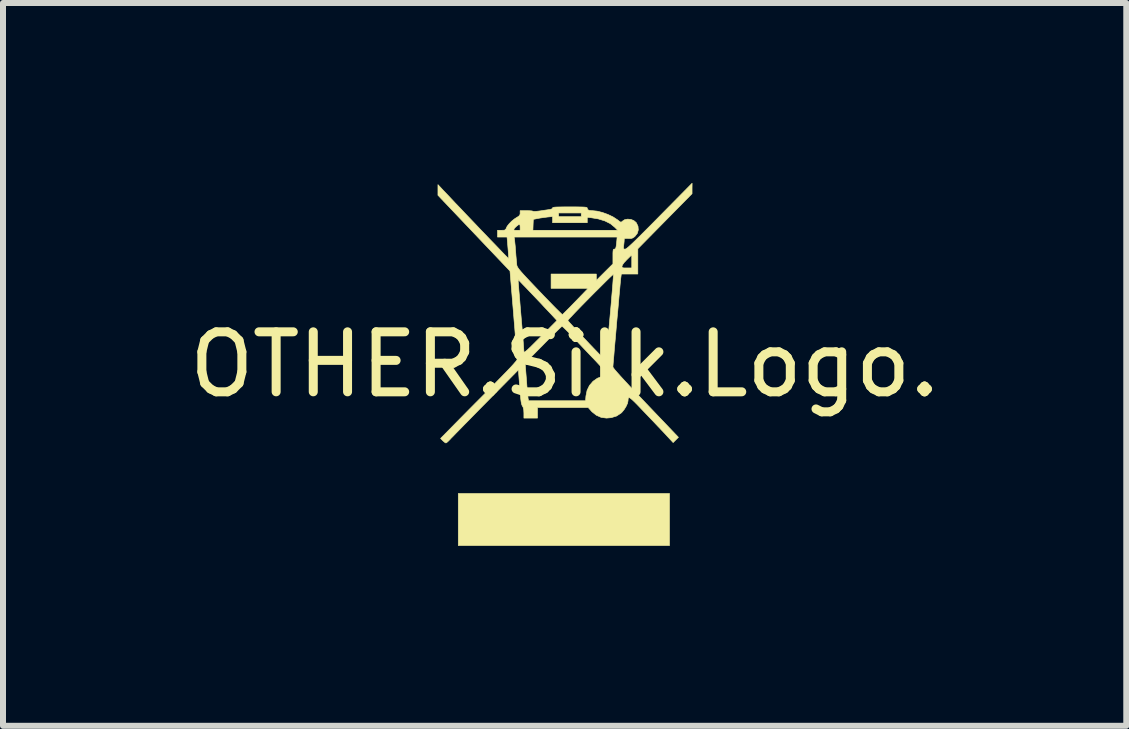
<source format=kicad_pcb>
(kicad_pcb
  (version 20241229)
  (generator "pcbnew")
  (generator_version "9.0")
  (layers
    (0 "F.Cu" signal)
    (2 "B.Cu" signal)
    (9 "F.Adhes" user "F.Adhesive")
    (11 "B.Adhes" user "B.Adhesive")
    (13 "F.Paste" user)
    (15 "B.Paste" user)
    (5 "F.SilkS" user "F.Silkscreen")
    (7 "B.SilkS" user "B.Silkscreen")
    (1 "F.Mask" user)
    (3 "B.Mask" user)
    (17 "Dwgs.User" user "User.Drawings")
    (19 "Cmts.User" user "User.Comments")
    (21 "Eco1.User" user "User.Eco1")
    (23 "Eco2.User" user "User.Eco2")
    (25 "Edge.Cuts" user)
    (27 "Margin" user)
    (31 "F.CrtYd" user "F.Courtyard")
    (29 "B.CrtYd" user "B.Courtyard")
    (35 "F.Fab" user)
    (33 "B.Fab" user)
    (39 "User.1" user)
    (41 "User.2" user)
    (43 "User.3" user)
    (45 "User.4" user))
  (footprint "OTHER.Silk.Logo."
    (layer "F.Cu")
    (at 6.363 3.027)
    (property "Reference" "OTHER.Silk.Logo." (at 0 0 0) (layer "F.SilkS") (effects (font (size 1 1) (thickness 0.15))))
    (attr exclude_from_pos_files exclude_from_bom)
    (fp_poly (pts (xy 1.748 3.018) (xy -1.773 3.018) (xy -1.773 2.15) (xy 1.748 2.15) (xy 1.748 3.018)) (stroke (width 0.01) (type solid)) (fill yes) (layer "F.SilkS"))
    (fp_poly (pts (xy 2.124 -2.935) (xy 2.124 -2.848) (xy 1.672 -2.389) (xy 1.22 -1.93) (xy 1.22 -1.72) (xy 1.22 -1.509) (xy 0.945 -1.509) (xy 0.938 -1.455) (xy 0.935 -1.431) (xy 0.93 -1.385) (xy 0.924 -1.321) (xy 0.917 -1.24) (xy 0.908 -1.146) (xy 0.899 -1.041) (xy 0.889 -0.929) (xy 0.878 -0.811) (xy 0.867 -0.692) (xy 0.857 -0.572) (xy 0.847 -0.456) (xy 0.837 -0.345) (xy 0.828 -0.243) (xy 0.821 -0.153) (xy 0.814 -0.076) (xy 0.809 -0.017) (xy 0.806 0.024) (xy 0.805 0.042) (xy 0.805 0.042) (xy 0.813 0.056) (xy 0.836 0.086) (xy 0.875 0.131) (xy 0.93 0.193) (xy 1.001 0.27) (xy 1.089 0.365) (xy 1.194 0.476) (xy 1.317 0.605) (xy 1.351 0.641) (xy 1.897 1.213) (xy 1.809 1.301) (xy 1.737 1.224) (xy 1.711 1.196) (xy 1.671 1.152) (xy 1.618 1.096) (xy 1.556 1.031) (xy 1.487 0.958) (xy 1.414 0.882) (xy 1.371 0.837) (xy 1.289 0.751) (xy 1.224 0.683) (xy 1.172 0.63) (xy 1.132 0.592) (xy 1.103 0.567) (xy 1.083 0.554) (xy 1.07 0.552) (xy 1.062 0.56) (xy 1.059 0.575) (xy 1.057 0.598) (xy 1.057 0.604) (xy 1.048 0.647) (xy 1.024 0.699) (xy 0.992 0.751) (xy 0.955 0.796) (xy 0.94 0.81) (xy 0.865 0.859) (xy 0.776 0.886) (xy 0.698 0.893) (xy 0.609 0.881) (xy 0.528 0.845) (xy 0.455 0.787) (xy 0.442 0.772) (xy 0.393 0.717) (xy -0.453 0.717) (xy -0.453 0.893) (xy -0.679 0.893) (xy -0.679 0.811) (xy -0.682 0.754) (xy -0.691 0.715) (xy -0.703 0.694) (xy -0.711 0.679) (xy -0.718 0.657) (xy -0.725 0.625) (xy -0.731 0.58) (xy -0.737 0.518) (xy -0.744 0.436) (xy -0.749 0.375) (xy -0.771 0.089) (xy -1.314 0.639) (xy -1.412 0.738) (xy -1.506 0.834) (xy -1.594 0.924) (xy -1.675 1.006) (xy -1.747 1.08) (xy -1.809 1.143) (xy -1.857 1.193) (xy -1.892 1.228) (xy -1.91 1.248) (xy -1.941 1.279) (xy -1.966 1.301) (xy -1.98 1.308) (xy -1.997 1.299) (xy -2.022 1.278) (xy -2.031 1.27) (xy -2.068 1.232) (xy -1.867 1.028) (xy -1.816 0.976) (xy -1.75 0.909) (xy -1.672 0.83) (xy -1.585 0.742) (xy -1.492 0.648) (xy -1.395 0.551) (xy -1.298 0.453) (xy -1.229 0.383) (xy -1.124 0.277) (xy -1.035 0.186) (xy -0.962 0.111) (xy -0.904 0.05) (xy -0.859 0.001) (xy -0.837 -0.024) (xy -0.659 -0.024) (xy -0.636 0.262) (xy -0.63 0.345) (xy -0.623 0.422) (xy -0.617 0.487) (xy -0.612 0.537) (xy -0.609 0.568) (xy -0.607 0.575) (xy -0.601 0.604) (xy 0.349 0.604) (xy 0.355 0.525) (xy 0.374 0.431) (xy 0.414 0.349) (xy 0.473 0.28) (xy 0.547 0.228) (xy 0.63 0.197) (xy 0.657 0.182) (xy 0.671 0.151) (xy 0.671 0.149) (xy 0.673 0.136) (xy 0.671 0.123) (xy 0.663 0.106) (xy 0.648 0.084) (xy 0.623 0.055) (xy 0.587 0.015) (xy 0.538 -0.038) (xy 0.473 -0.107) (xy 0.468 -0.111) (xy 0.399 -0.184) (xy 0.324 -0.263) (xy 0.251 -0.34) (xy 0.183 -0.412) (xy 0.126 -0.472) (xy 0.113 -0.485) (xy 0.065 -0.536) (xy 0.021 -0.58) (xy -0.013 -0.613) (xy -0.036 -0.633) (xy -0.044 -0.637) (xy -0.056 -0.628) (xy -0.083 -0.603) (xy -0.123 -0.564) (xy -0.175 -0.513) (xy -0.235 -0.453) (xy -0.303 -0.385) (xy -0.358 -0.329) (xy -0.659 -0.024) (xy -0.837 -0.024) (xy -0.827 -0.036) (xy -0.805 -0.062) (xy -0.794 -0.08) (xy -0.792 -0.088) (xy -0.793 -0.106) (xy -0.796 -0.147) (xy -0.8 -0.208) (xy -0.806 -0.287) (xy -0.814 -0.382) (xy -0.823 -0.49) (xy -0.832 -0.609) (xy -0.843 -0.737) (xy -0.851 -0.839) (xy -0.899 -1.415) (xy -0.776 -1.415) (xy -0.775 -1.403) (xy -0.773 -1.368) (xy -0.768 -1.313) (xy -0.763 -1.24) (xy -0.755 -1.152) (xy -0.747 -1.052) (xy -0.738 -0.941) (xy -0.729 -0.836) (xy -0.719 -0.717) (xy -0.709 -0.604) (xy -0.701 -0.501) (xy -0.693 -0.41) (xy -0.687 -0.333) (xy -0.683 -0.274) (xy -0.68 -0.235) (xy -0.679 -0.22) (xy -0.678 -0.211) (xy -0.673 -0.207) (xy -0.663 -0.211) (xy -0.646 -0.223) (xy -0.62 -0.245) (xy -0.583 -0.28) (xy -0.534 -0.328) (xy -0.471 -0.391) (xy -0.403 -0.458) (xy -0.128 -0.734) (xy -0.13 -0.736) (xy 0.053 -0.736) (xy 0.061 -0.724) (xy 0.084 -0.697) (xy 0.12 -0.658) (xy 0.166 -0.607) (xy 0.22 -0.549) (xy 0.28 -0.485) (xy 0.343 -0.419) (xy 0.407 -0.351) (xy 0.47 -0.285) (xy 0.529 -0.224) (xy 0.582 -0.169) (xy 0.626 -0.124) (xy 0.66 -0.09) (xy 0.681 -0.07) (xy 0.686 -0.066) (xy 0.688 -0.079) (xy 0.692 -0.115) (xy 0.698 -0.171) (xy 0.705 -0.246) (xy 0.714 -0.337) (xy 0.724 -0.441) (xy 0.734 -0.557) (xy 0.746 -0.683) (xy 0.755 -0.784) (xy 0.767 -0.916) (xy 0.778 -1.039) (xy 0.787 -1.153) (xy 0.796 -1.255) (xy 0.803 -1.343) (xy 0.808 -1.413) (xy 0.812 -1.465) (xy 0.814 -1.496) (xy 0.814 -1.504) (xy 0.804 -1.497) (xy 0.778 -1.474) (xy 0.74 -1.438) (xy 0.691 -1.39) (xy 0.633 -1.332) (xy 0.569 -1.268) (xy 0.5 -1.2) (xy 0.429 -1.128) (xy 0.359 -1.057) (xy 0.29 -0.987) (xy 0.227 -0.922) (xy 0.17 -0.863) (xy 0.122 -0.812) (xy 0.085 -0.773) (xy 0.061 -0.747) (xy 0.053 -0.736) (xy -0.13 -0.736) (xy -0.23 -0.844) (xy -0.283 -0.9) (xy -0.342 -0.962) (xy -0.404 -1.029) (xy -0.469 -1.097) (xy -0.533 -1.164) (xy -0.594 -1.228) (xy -0.65 -1.287) (xy -0.699 -1.337) (xy -0.737 -1.377) (xy -0.764 -1.404) (xy -0.775 -1.415) (xy -0.776 -1.415) (xy -0.899 -1.415) (xy -0.911 -1.559) (xy -1.512 -2.191) (xy -2.112 -2.822) (xy -2.112 -2.911) (xy -2.112 -2.999) (xy -2.015 -2.895) (xy -1.96 -2.838) (xy -1.896 -2.77) (xy -1.824 -2.693) (xy -1.745 -2.611) (xy -1.662 -2.523) (xy -1.576 -2.433) (xy -1.489 -2.342) (xy -1.403 -2.251) (xy -1.318 -2.163) (xy -1.238 -2.079) (xy -1.163 -2.002) (xy -1.096 -1.932) (xy -1.039 -1.872) (xy -0.992 -1.824) (xy -0.957 -1.789) (xy -0.938 -1.77) (xy -0.933 -1.766) (xy -0.933 -1.779) (xy -0.935 -1.813) (xy -0.938 -1.862) (xy -0.943 -1.923) (xy -0.945 -1.947) (xy -0.96 -2.125) (xy -0.843 -2.125) (xy -0.837 -2.097) (xy -0.834 -2.074) (xy -0.83 -2.032) (xy -0.824 -1.976) (xy -0.819 -1.91) (xy -0.817 -1.886) (xy -0.812 -1.817) (xy -0.806 -1.752) (xy -0.801 -1.698) (xy -0.798 -1.662) (xy -0.797 -1.655) (xy -0.793 -1.642) (xy -0.786 -1.626) (xy -0.773 -1.606) (xy -0.754 -1.58) (xy -0.726 -1.547) (xy -0.688 -1.504) (xy -0.638 -1.45) (xy -0.575 -1.383) (xy -0.497 -1.301) (xy -0.418 -1.218) (xy -0.34 -1.136) (xy -0.266 -1.06) (xy -0.2 -0.992) (xy -0.142 -0.933) (xy -0.095 -0.887) (xy -0.061 -0.853) (xy -0.041 -0.835) (xy -0.037 -0.833) (xy -0.026 -0.842) (xy 0.000029 -0.868) (xy 0.038 -0.906) (xy 0.087 -0.955) (xy 0.142 -1.012) (xy 0.182 -1.053) (xy 0.392 -1.27) (xy -0.226 -1.27) (xy -0.226 -1.509) (xy 0.528 -1.509) (xy 0.528 -1.402) (xy 0.666 -1.54) (xy 0.765 -1.638) (xy 0.956 -1.638) (xy 0.957 -1.623) (xy 0.967 -1.614) (xy 0.989 -1.61) (xy 1.03 -1.61) (xy 1.037 -1.61) (xy 1.119 -1.61) (xy 1.119 -1.829) (xy 1.037 -1.748) (xy 0.991 -1.699) (xy 0.964 -1.661) (xy 0.956 -1.638) (xy 0.765 -1.638) (xy 0.805 -1.678) (xy 0.805 -1.801) (xy 0.805 -1.858) (xy 0.807 -1.893) (xy 0.811 -1.913) (xy 0.818 -1.922) (xy 0.829 -1.924) (xy 0.841 -1.927) (xy 0.85 -1.937) (xy 0.857 -1.96) (xy 0.863 -1.998) (xy 0.869 -2.057) (xy 0.871 -2.078) (xy 0.875 -2.125) (xy -0.843 -2.125) (xy -0.96 -2.125) (xy -1.119 -2.125) (xy -1.119 -2.238) (xy -1.051 -2.238) (xy -1.012 -2.239) (xy -0.99 -2.245) (xy -0.987 -2.248) (xy -0.849 -2.248) (xy -0.841 -2.241) (xy -0.816 -2.238) (xy -0.799 -2.238) (xy -0.742 -2.238) (xy -0.529 -2.238) (xy 0.885 -2.238) (xy 0.837 -2.287) (xy 0.763 -2.348) (xy 0.671 -2.394) (xy 0.56 -2.428) (xy 0.45 -2.446) (xy 0.377 -2.455) (xy 0.377 -2.364) (xy -0.201 -2.364) (xy -0.201 -2.467) (xy -0.286 -2.459) (xy -0.345 -2.451) (xy -0.409 -2.442) (xy -0.446 -2.435) (xy -0.522 -2.42) (xy -0.526 -2.329) (xy -0.529 -2.238) (xy -0.742 -2.238) (xy -0.742 -2.289) (xy -0.744 -2.32) (xy -0.748 -2.338) (xy -0.749 -2.339) (xy -0.768 -2.331) (xy -0.795 -2.311) (xy -0.822 -2.287) (xy -0.841 -2.265) (xy -0.843 -2.262) (xy -0.849 -2.248) (xy -0.987 -2.248) (xy -0.98 -2.257) (xy -0.975 -2.27) (xy -0.958 -2.305) (xy -0.925 -2.347) (xy -0.882 -2.391) (xy -0.834 -2.429) (xy -0.803 -2.449) (xy -0.767 -2.471) (xy -0.749 -2.49) (xy -0.742 -2.511) (xy -0.742 -2.524) (xy -0.742 -2.527) (xy -0.101 -2.527) (xy -0.101 -2.465) (xy 0.277 -2.465) (xy 0.277 -2.527) (xy -0.101 -2.527) (xy -0.742 -2.527) (xy -0.742 -2.565) (xy -0.636 -2.565) (xy -0.587 -2.564) (xy -0.549 -2.561) (xy -0.528 -2.556) (xy -0.526 -2.555) (xy -0.513 -2.552) (xy -0.48 -2.553) (xy -0.434 -2.558) (xy -0.402 -2.562) (xy -0.345 -2.571) (xy -0.293 -2.578) (xy -0.254 -2.584) (xy -0.242 -2.586) (xy -0.212 -2.595) (xy -0.201 -2.61) (xy -0.198 -2.616) (xy -0.186 -2.62) (xy -0.163 -2.624) (xy -0.126 -2.626) (xy -0.072 -2.627) (xy 0.001 -2.628) (xy 0.088 -2.628) (xy 0.181 -2.628) (xy 0.251 -2.627) (xy 0.302 -2.626) (xy 0.337 -2.624) (xy 0.359 -2.621) (xy 0.371 -2.617) (xy 0.376 -2.611) (xy 0.377 -2.604) (xy 0.385 -2.582) (xy 0.41 -2.57) (xy 0.456 -2.565) (xy 0.464 -2.565) (xy 0.542 -2.557) (xy 0.63 -2.535) (xy 0.721 -2.502) (xy 0.807 -2.461) (xy 0.879 -2.414) (xy 0.888 -2.407) (xy 0.919 -2.383) (xy 0.937 -2.373) (xy 0.949 -2.377) (xy 0.962 -2.389) (xy 1 -2.414) (xy 1.05 -2.424) (xy 1.104 -2.419) (xy 1.153 -2.4) (xy 1.191 -2.368) (xy 1.194 -2.365) (xy 1.223 -2.305) (xy 1.228 -2.244) (xy 1.211 -2.186) (xy 1.171 -2.135) (xy 1.166 -2.131) (xy 1.138 -2.111) (xy 1.11 -2.102) (xy 1.07 -2.101) (xy 1.06 -2.102) (xy 1.021 -2.103) (xy 1.001 -2.1) (xy 0.994 -2.09) (xy 0.993 -2.081) (xy 0.992 -2.054) (xy 0.988 -2.014) (xy 0.985 -1.99) (xy 0.981 -1.952) (xy 0.983 -1.932) (xy 0.992 -1.925) (xy 1.009 -1.924) (xy 1.019 -1.927) (xy 1.036 -1.938) (xy 1.059 -1.956) (xy 1.091 -1.985) (xy 1.133 -2.024) (xy 1.186 -2.075) (xy 1.251 -2.139) (xy 1.329 -2.217) (xy 1.422 -2.31) (xy 1.531 -2.42) (xy 1.583 -2.473) (xy 2.125 -3.022) (xy 2.124 -2.935)) (stroke (width 0.01) (type solid)) (fill yes) (layer "F.SilkS")))
  (gr_rect
    (start -3 -3)
    (end 15.726 9.05)
    (stroke (width 0.1) (type default))
    (fill no)
    (layer "Edge.Cuts")))
</source>
